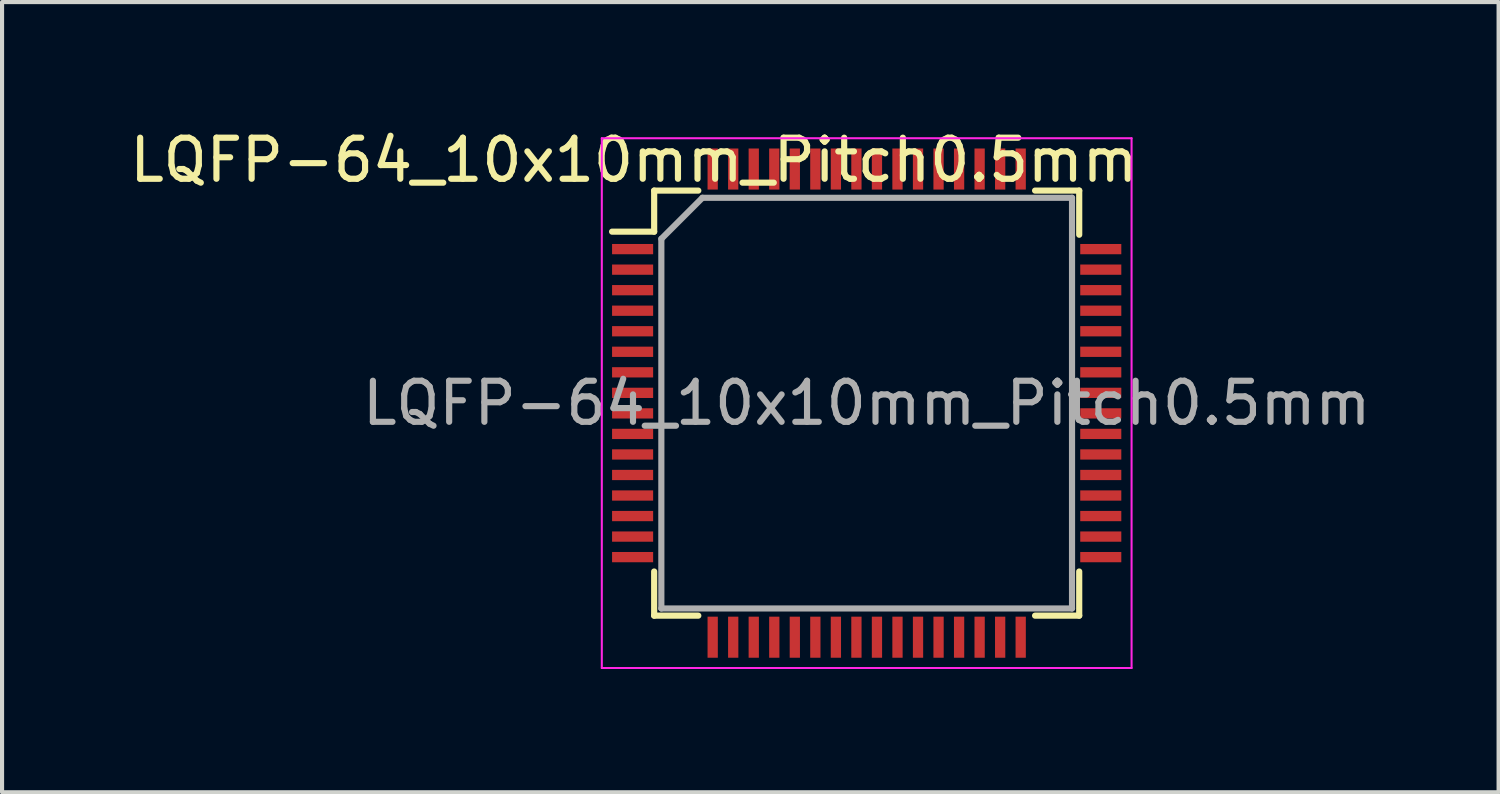
<source format=kicad_pcb>
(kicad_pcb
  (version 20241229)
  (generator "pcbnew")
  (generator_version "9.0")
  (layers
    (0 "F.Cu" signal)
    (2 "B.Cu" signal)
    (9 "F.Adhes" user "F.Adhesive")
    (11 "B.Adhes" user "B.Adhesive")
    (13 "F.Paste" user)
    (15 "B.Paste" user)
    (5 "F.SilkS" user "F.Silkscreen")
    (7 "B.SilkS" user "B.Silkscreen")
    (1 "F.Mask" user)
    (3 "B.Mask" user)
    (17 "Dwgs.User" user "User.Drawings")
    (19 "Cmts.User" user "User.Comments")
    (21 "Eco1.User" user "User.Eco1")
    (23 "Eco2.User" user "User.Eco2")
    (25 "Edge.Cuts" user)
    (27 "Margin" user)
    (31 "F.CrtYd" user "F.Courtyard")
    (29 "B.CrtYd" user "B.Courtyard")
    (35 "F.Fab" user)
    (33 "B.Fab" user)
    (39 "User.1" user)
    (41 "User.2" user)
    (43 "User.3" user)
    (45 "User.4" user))
  (footprint "LQFP-64_10x10mm_Pitch0.5mm"
    (layer "F.Cu")
    (at 18.054 6.766)
    (property "Reference" "LQFP-64_10x10mm_Pitch0.5mm" (at -5.667 -5.918 0) (layer "F.SilkS") (effects (font (size 1 1) (thickness 0.15))))
    (attr smd)
    (fp_line (start -5.175 -5.175) (end -5.175 -4.175) (stroke (width 0.15) (type solid)) (layer "F.SilkS"))
    (fp_line (start -5.175 -5.175) (end -4.1 -5.175) (stroke (width 0.15) (type solid)) (layer "F.SilkS"))
    (fp_line (start -5.175 -4.175) (end -6.2 -4.175) (stroke (width 0.15) (type solid)) (layer "F.SilkS"))
    (fp_line (start -5.175 5.175) (end -5.175 4.1) (stroke (width 0.15) (type solid)) (layer "F.SilkS"))
    (fp_line (start -5.175 5.175) (end -4.1 5.175) (stroke (width 0.15) (type solid)) (layer "F.SilkS"))
    (fp_line (start 5.175 -5.175) (end 4.1 -5.175) (stroke (width 0.15) (type solid)) (layer "F.SilkS"))
    (fp_line (start 5.175 -5.175) (end 5.175 -4.1) (stroke (width 0.15) (type solid)) (layer "F.SilkS"))
    (fp_line (start 5.175 5.175) (end 4.1 5.175) (stroke (width 0.15) (type solid)) (layer "F.SilkS"))
    (fp_line (start 5.175 5.175) (end 5.175 4.1) (stroke (width 0.15) (type solid)) (layer "F.SilkS"))
    (fp_line (start -6.45 -6.45) (end -6.45 6.45) (stroke (width 0.05) (type solid)) (layer "F.CrtYd"))
    (fp_line (start -6.45 -6.45) (end 6.45 -6.45) (stroke (width 0.05) (type solid)) (layer "F.CrtYd"))
    (fp_line (start -6.45 6.45) (end 6.45 6.45) (stroke (width 0.05) (type solid)) (layer "F.CrtYd"))
    (fp_line (start 6.45 -6.45) (end 6.45 6.45) (stroke (width 0.05) (type solid)) (layer "F.CrtYd"))
    (fp_line (start -5 -4) (end -4 -5) (stroke (width 0.15) (type solid)) (layer "F.Fab"))
    (fp_line (start -5 5) (end -5 -4) (stroke (width 0.15) (type solid)) (layer "F.Fab"))
    (fp_line (start -4 -5) (end 5 -5) (stroke (width 0.15) (type solid)) (layer "F.Fab"))
    (fp_line (start 5 -5) (end 5 5) (stroke (width 0.15) (type solid)) (layer "F.Fab"))
    (fp_line (start 5 5) (end -5 5) (stroke (width 0.15) (type solid)) (layer "F.Fab"))
    (fp_text user "${REFERENCE}" (at 0 0 0) (layer "F.Fab") (effects (font (size 1 1) (thickness 0.15))))
    (pad "1" smd rect (at -5.7 -3.75) (size 1 0.25) (layers "F.Cu" "F.Mask" "F.Paste"))
    (pad "2" smd rect (at -5.7 -3.25) (size 1 0.25) (layers "F.Cu" "F.Mask" "F.Paste"))
    (pad "3" smd rect (at -5.7 -2.75) (size 1 0.25) (layers "F.Cu" "F.Mask" "F.Paste"))
    (pad "4" smd rect (at -5.7 -2.25) (size 1 0.25) (layers "F.Cu" "F.Mask" "F.Paste"))
    (pad "5" smd rect (at -5.7 -1.75) (size 1 0.25) (layers "F.Cu" "F.Mask" "F.Paste"))
    (pad "6" smd rect (at -5.7 -1.25) (size 1 0.25) (layers "F.Cu" "F.Mask" "F.Paste"))
    (pad "7" smd rect (at -5.7 -0.75) (size 1 0.25) (layers "F.Cu" "F.Mask" "F.Paste"))
    (pad "8" smd rect (at -5.7 -0.25) (size 1 0.25) (layers "F.Cu" "F.Mask" "F.Paste"))
    (pad "9" smd rect (at -5.7 0.25) (size 1 0.25) (layers "F.Cu" "F.Mask" "F.Paste"))
    (pad "10" smd rect (at -5.7 0.75) (size 1 0.25) (layers "F.Cu" "F.Mask" "F.Paste"))
    (pad "11" smd rect (at -5.7 1.25) (size 1 0.25) (layers "F.Cu" "F.Mask" "F.Paste"))
    (pad "12" smd rect (at -5.7 1.75) (size 1 0.25) (layers "F.Cu" "F.Mask" "F.Paste"))
    (pad "13" smd rect (at -5.7 2.25) (size 1 0.25) (layers "F.Cu" "F.Mask" "F.Paste"))
    (pad "14" smd rect (at -5.7 2.75) (size 1 0.25) (layers "F.Cu" "F.Mask" "F.Paste"))
    (pad "15" smd rect (at -5.7 3.25) (size 1 0.25) (layers "F.Cu" "F.Mask" "F.Paste"))
    (pad "16" smd rect (at -5.7 3.75) (size 1 0.25) (layers "F.Cu" "F.Mask" "F.Paste"))
    (pad "17" smd rect (at -3.75 5.7 90) (size 1 0.25) (layers "F.Cu" "F.Mask" "F.Paste"))
    (pad "18" smd rect (at -3.25 5.7 90) (size 1 0.25) (layers "F.Cu" "F.Mask" "F.Paste"))
    (pad "19" smd rect (at -2.75 5.7 90) (size 1 0.25) (layers "F.Cu" "F.Mask" "F.Paste"))
    (pad "20" smd rect (at -2.25 5.7 90) (size 1 0.25) (layers "F.Cu" "F.Mask" "F.Paste"))
    (pad "21" smd rect (at -1.75 5.7 90) (size 1 0.25) (layers "F.Cu" "F.Mask" "F.Paste"))
    (pad "22" smd rect (at -1.25 5.7 90) (size 1 0.25) (layers "F.Cu" "F.Mask" "F.Paste"))
    (pad "23" smd rect (at -0.75 5.7 90) (size 1 0.25) (layers "F.Cu" "F.Mask" "F.Paste"))
    (pad "24" smd rect (at -0.25 5.7 90) (size 1 0.25) (layers "F.Cu" "F.Mask" "F.Paste"))
    (pad "25" smd rect (at 0.25 5.7 90) (size 1 0.25) (layers "F.Cu" "F.Mask" "F.Paste"))
    (pad "26" smd rect (at 0.75 5.7 90) (size 1 0.25) (layers "F.Cu" "F.Mask" "F.Paste"))
    (pad "27" smd rect (at 1.25 5.7 90) (size 1 0.25) (layers "F.Cu" "F.Mask" "F.Paste"))
    (pad "28" smd rect (at 1.75 5.7 90) (size 1 0.25) (layers "F.Cu" "F.Mask" "F.Paste"))
    (pad "29" smd rect (at 2.25 5.7 90) (size 1 0.25) (layers "F.Cu" "F.Mask" "F.Paste"))
    (pad "30" smd rect (at 2.75 5.7 90) (size 1 0.25) (layers "F.Cu" "F.Mask" "F.Paste"))
    (pad "31" smd rect (at 3.25 5.7 90) (size 1 0.25) (layers "F.Cu" "F.Mask" "F.Paste"))
    (pad "32" smd rect (at 3.75 5.7 90) (size 1 0.25) (layers "F.Cu" "F.Mask" "F.Paste"))
    (pad "33" smd rect (at 5.7 3.75) (size 1 0.25) (layers "F.Cu" "F.Mask" "F.Paste"))
    (pad "34" smd rect (at 5.7 3.25) (size 1 0.25) (layers "F.Cu" "F.Mask" "F.Paste"))
    (pad "35" smd rect (at 5.7 2.75) (size 1 0.25) (layers "F.Cu" "F.Mask" "F.Paste"))
    (pad "36" smd rect (at 5.7 2.25) (size 1 0.25) (layers "F.Cu" "F.Mask" "F.Paste"))
    (pad "37" smd rect (at 5.7 1.75) (size 1 0.25) (layers "F.Cu" "F.Mask" "F.Paste"))
    (pad "38" smd rect (at 5.7 1.25) (size 1 0.25) (layers "F.Cu" "F.Mask" "F.Paste"))
    (pad "39" smd rect (at 5.7 0.75) (size 1 0.25) (layers "F.Cu" "F.Mask" "F.Paste"))
    (pad "40" smd rect (at 5.7 0.25) (size 1 0.25) (layers "F.Cu" "F.Mask" "F.Paste"))
    (pad "41" smd rect (at 5.7 -0.25) (size 1 0.25) (layers "F.Cu" "F.Mask" "F.Paste"))
    (pad "42" smd rect (at 5.7 -0.75) (size 1 0.25) (layers "F.Cu" "F.Mask" "F.Paste"))
    (pad "43" smd rect (at 5.7 -1.25) (size 1 0.25) (layers "F.Cu" "F.Mask" "F.Paste"))
    (pad "44" smd rect (at 5.7 -1.75) (size 1 0.25) (layers "F.Cu" "F.Mask" "F.Paste"))
    (pad "45" smd rect (at 5.7 -2.25) (size 1 0.25) (layers "F.Cu" "F.Mask" "F.Paste"))
    (pad "46" smd rect (at 5.7 -2.75) (size 1 0.25) (layers "F.Cu" "F.Mask" "F.Paste"))
    (pad "47" smd rect (at 5.7 -3.25) (size 1 0.25) (layers "F.Cu" "F.Mask" "F.Paste"))
    (pad "48" smd rect (at 5.7 -3.75) (size 1 0.25) (layers "F.Cu" "F.Mask" "F.Paste"))
    (pad "49" smd rect (at 3.75 -5.7 90) (size 1 0.25) (layers "F.Cu" "F.Mask" "F.Paste"))
    (pad "50" smd rect (at 3.25 -5.7 90) (size 1 0.25) (layers "F.Cu" "F.Mask" "F.Paste"))
    (pad "51" smd rect (at 2.75 -5.7 90) (size 1 0.25) (layers "F.Cu" "F.Mask" "F.Paste"))
    (pad "52" smd rect (at 2.25 -5.7 90) (size 1 0.25) (layers "F.Cu" "F.Mask" "F.Paste"))
    (pad "53" smd rect (at 1.75 -5.7 90) (size 1 0.25) (layers "F.Cu" "F.Mask" "F.Paste"))
    (pad "54" smd rect (at 1.25 -5.7 90) (size 1 0.25) (layers "F.Cu" "F.Mask" "F.Paste"))
    (pad "55" smd rect (at 0.75 -5.7 90) (size 1 0.25) (layers "F.Cu" "F.Mask" "F.Paste"))
    (pad "56" smd rect (at 0.25 -5.7 90) (size 1 0.25) (layers "F.Cu" "F.Mask" "F.Paste"))
    (pad "57" smd rect (at -0.25 -5.7 90) (size 1 0.25) (layers "F.Cu" "F.Mask" "F.Paste"))
    (pad "58" smd rect (at -0.75 -5.7 90) (size 1 0.25) (layers "F.Cu" "F.Mask" "F.Paste"))
    (pad "59" smd rect (at -1.25 -5.7 90) (size 1 0.25) (layers "F.Cu" "F.Mask" "F.Paste"))
    (pad "60" smd rect (at -1.75 -5.7 90) (size 1 0.25) (layers "F.Cu" "F.Mask" "F.Paste"))
    (pad "61" smd rect (at -2.25 -5.7 90) (size 1 0.25) (layers "F.Cu" "F.Mask" "F.Paste"))
    (pad "62" smd rect (at -2.75 -5.7 90) (size 1 0.25) (layers "F.Cu" "F.Mask" "F.Paste"))
    (pad "63" smd rect (at -3.25 -5.7 90) (size 1 0.25) (layers "F.Cu" "F.Mask" "F.Paste"))
    (pad "64" smd rect (at -3.75 -5.7 90) (size 1 0.25) (layers "F.Cu" "F.Mask" "F.Paste")))
  (gr_rect
    (start -3 -3)
    (end 33.441 16.241)
    (stroke (width 0.1) (type default))
    (fill no)
    (layer "Edge.Cuts")))
</source>
